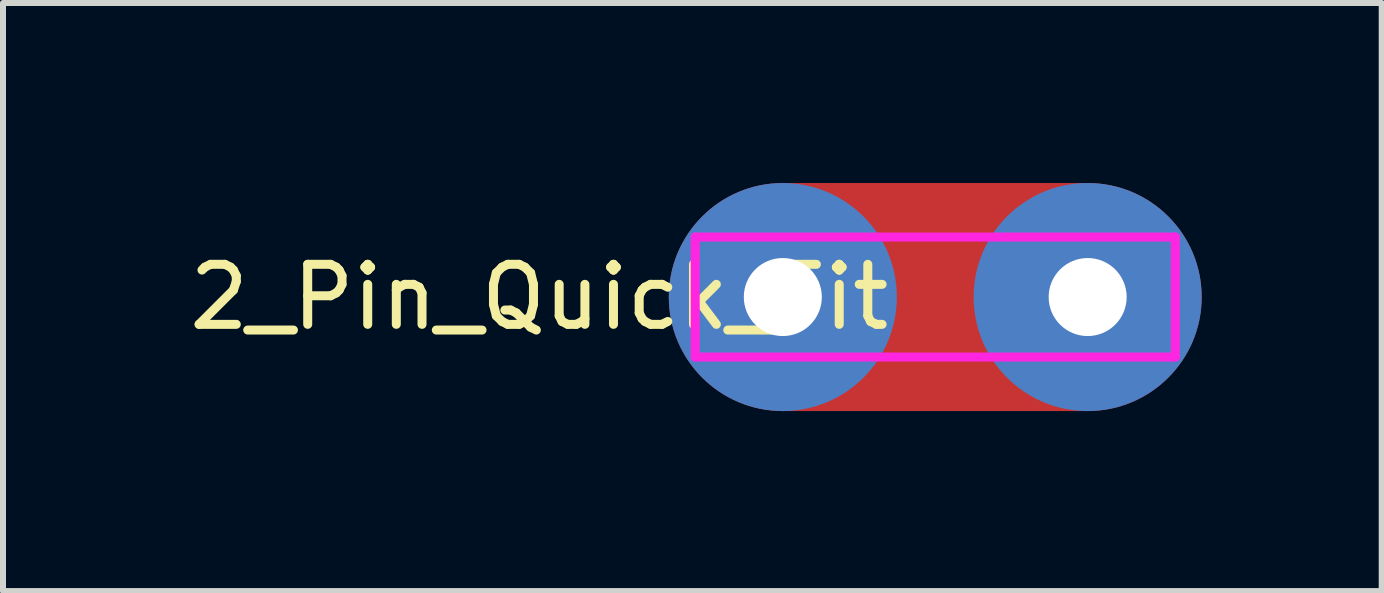
<source format=kicad_pcb>
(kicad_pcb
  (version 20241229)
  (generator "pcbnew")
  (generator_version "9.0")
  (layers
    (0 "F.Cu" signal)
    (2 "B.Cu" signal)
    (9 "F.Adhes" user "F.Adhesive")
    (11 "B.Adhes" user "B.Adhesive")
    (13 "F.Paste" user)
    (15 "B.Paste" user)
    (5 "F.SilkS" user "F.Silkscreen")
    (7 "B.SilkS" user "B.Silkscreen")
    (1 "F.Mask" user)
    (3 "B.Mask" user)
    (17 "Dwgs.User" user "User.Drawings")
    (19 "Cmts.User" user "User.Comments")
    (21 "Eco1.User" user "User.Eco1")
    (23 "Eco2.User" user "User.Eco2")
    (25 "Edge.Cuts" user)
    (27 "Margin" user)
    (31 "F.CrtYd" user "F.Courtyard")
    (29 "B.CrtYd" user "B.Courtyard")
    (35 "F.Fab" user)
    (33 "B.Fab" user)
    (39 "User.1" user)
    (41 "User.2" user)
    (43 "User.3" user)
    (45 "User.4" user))
  (footprint "2_Pin_Quick_Fit"
    (layer "F.Cu")
    (at 12.535 1.9)
    (property "Reference" "2_Pin_Quick_Fit" (at -6.6 0 0) (layer "F.SilkS") (effects (font (size 1 1) (thickness 0.15))))
    (attr through_hole)
    (fp_line (start -4 -1) (end -4 1) (stroke (width 0.15) (type solid)) (layer "F.CrtYd"))
    (fp_line (start -4 1) (end 4 1) (stroke (width 0.15) (type solid)) (layer "F.CrtYd"))
    (fp_line (start 4 -1) (end -4 -1) (stroke (width 0.15) (type solid)) (layer "F.CrtYd"))
    (fp_line (start 4 1) (end 4 -1) (stroke (width 0.15) (type solid)) (layer "F.CrtYd"))
    (pad "1" thru_hole circle (at -2.54 0) (size 3.8 3.8) (drill 1.3) (layers "*.Cu" "*.Mask"))
    (pad "1" smd rect (at 0 0) (size 5.08 3.8) (layers "F.Cu"))
    (pad "1" thru_hole circle (at 2.54 0) (size 3.8 3.8) (drill 1.3) (layers "*.Cu" "*.Mask")))
  (gr_rect
    (start -3 -3)
    (end 19.975 6.8)
    (stroke (width 0.1) (type default))
    (fill no)
    (layer "Edge.Cuts")))
</source>
